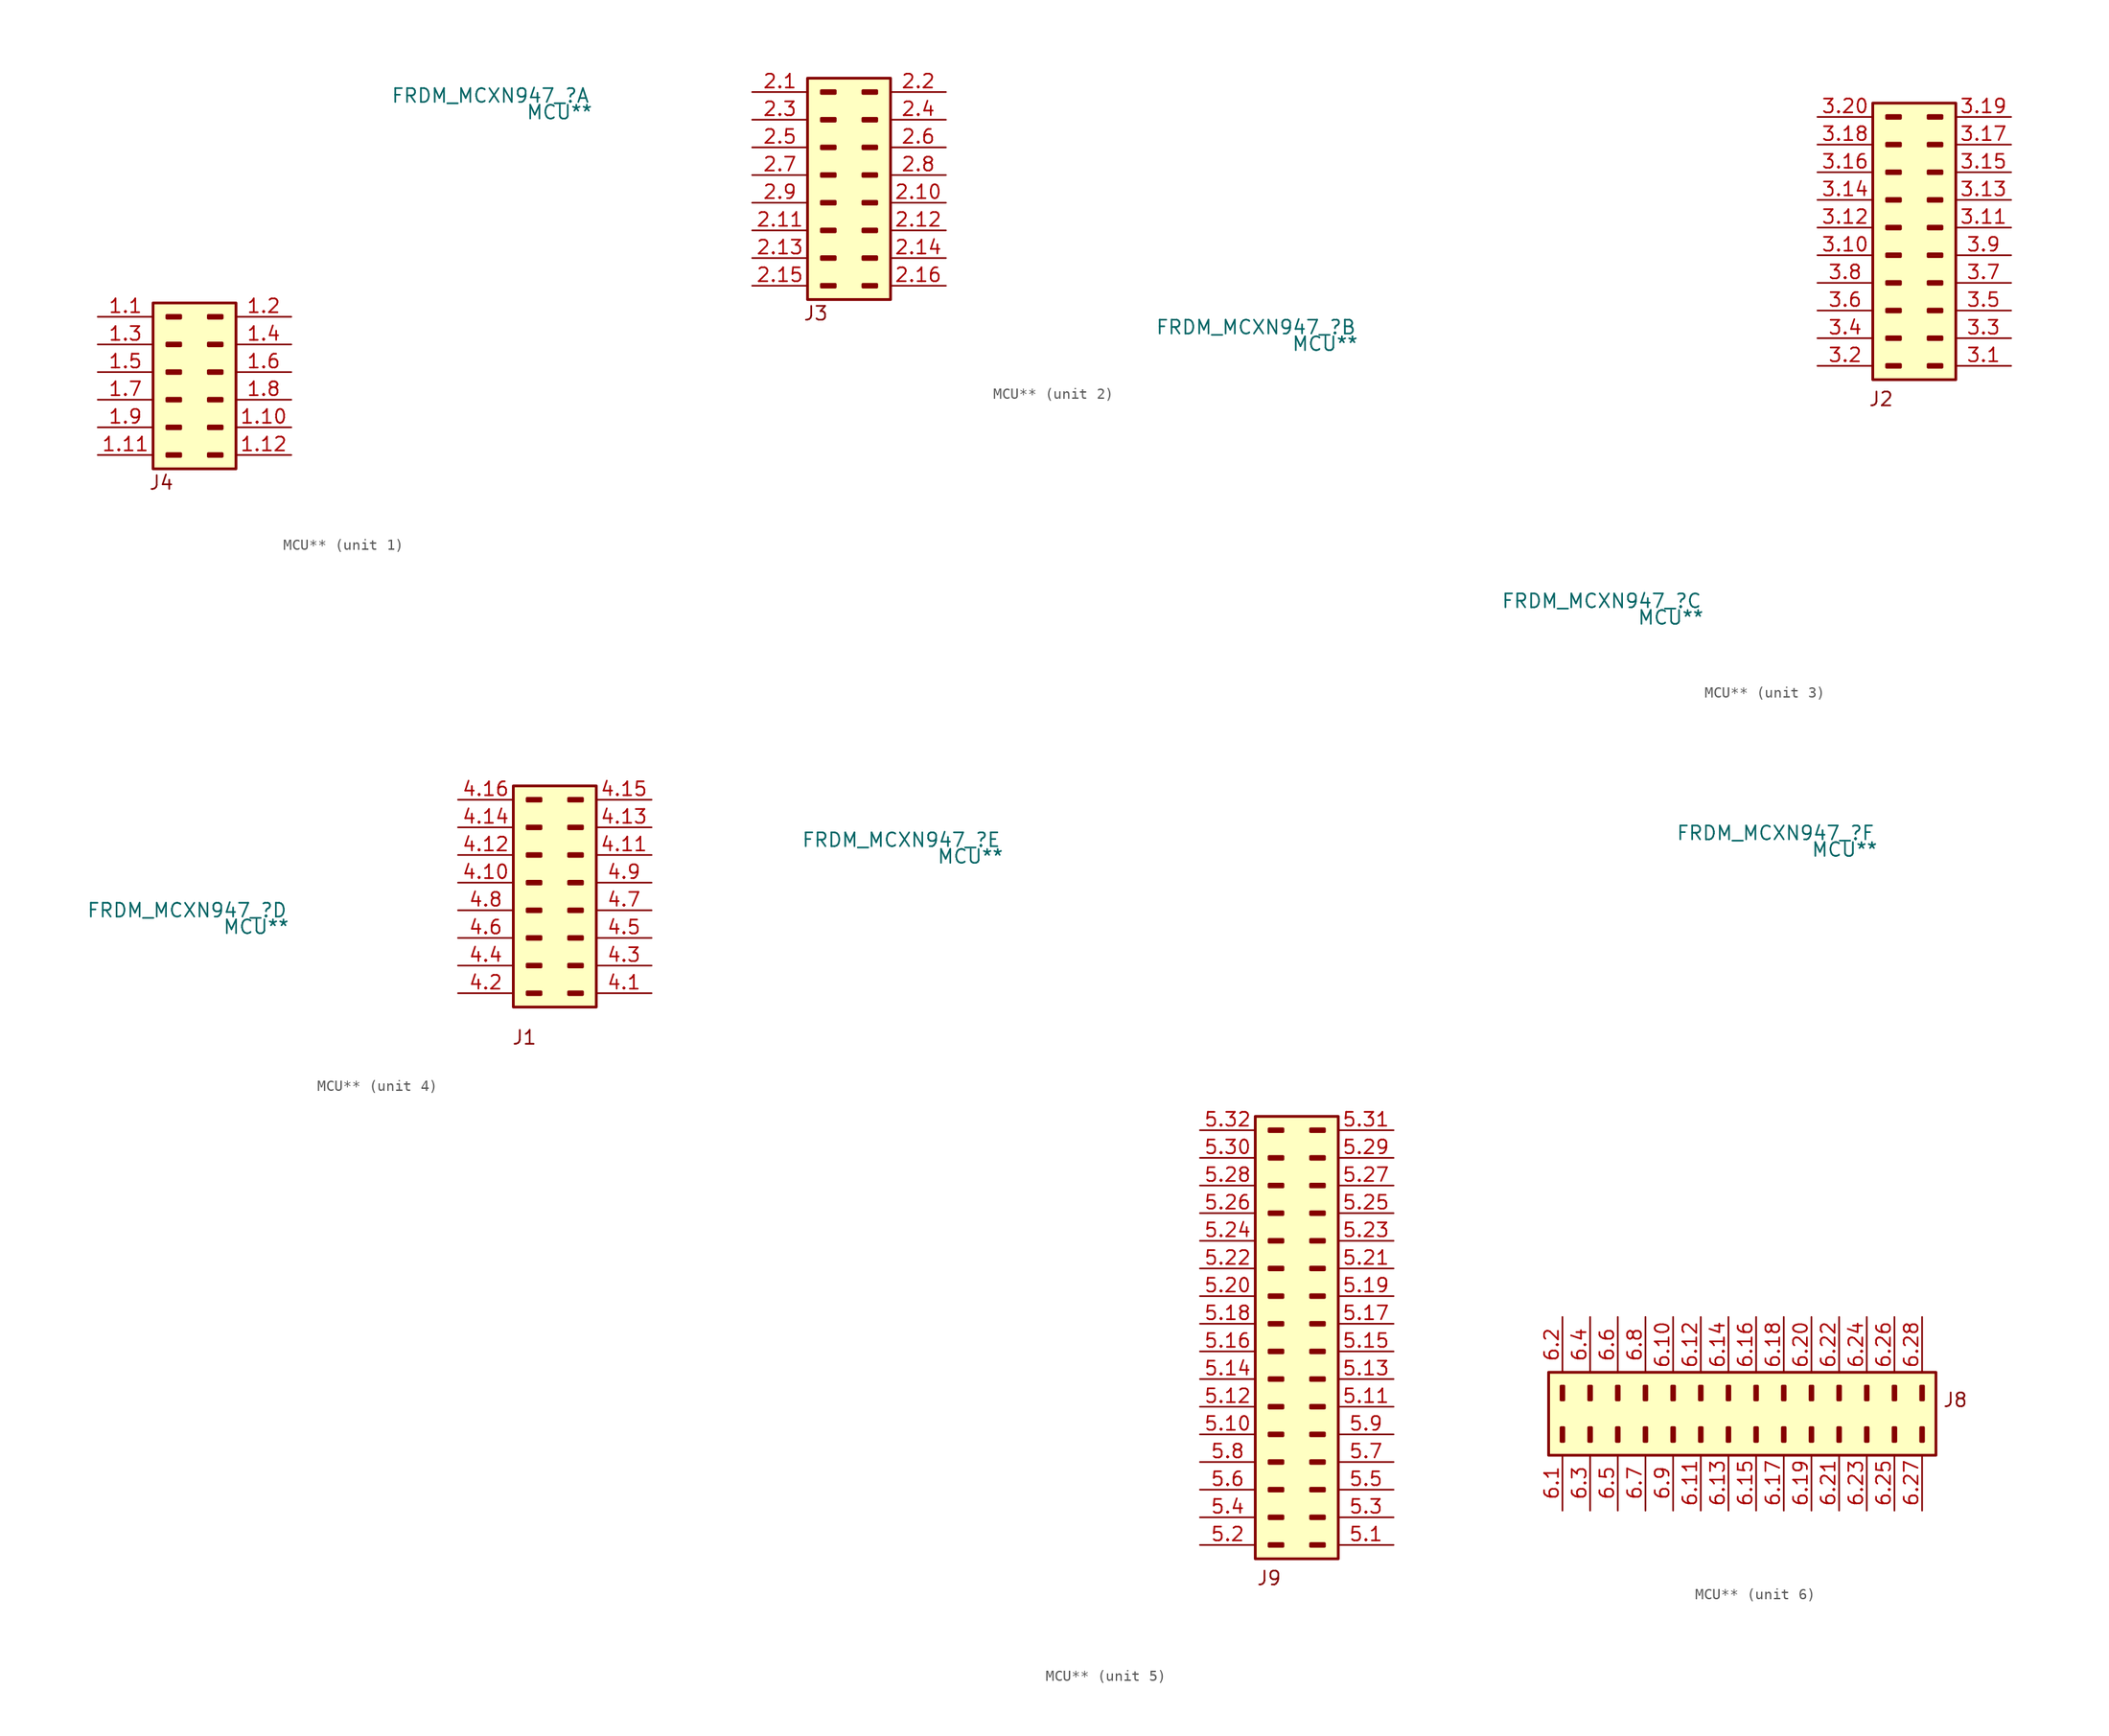
<source format=kicad_sym>
(kicad_symbol_lib
  (version 20241209)
  (generator "kicad_symbol_editor")
  (generator_version "9.0")
  (symbol "MCU**"
    (property "Reference" "FRDM_MCXN947_"
      (at 10.668 36.83 0)
      (effects (font (size 1.27 1.27))))
    (property "Value" "MCU**"
      (at 17.018 35.306 0)
      (effects (font (size 1.27 1.27))))
    (symbol "MCU**_1_0"
      (rectangle (start -20.32 17.78) (end -12.7 2.54) (stroke (width 0.254) (type solid)) (fill (type background)))
      (rectangle (start -19.05 16.637) (end -17.78 16.383) (stroke (width 0.254) (type solid)) (fill (type none)))
      (rectangle (start -19.05 14.097) (end -17.78 13.843) (stroke (width 0.254) (type solid)) (fill (type none)))
      (rectangle (start -19.05 11.557) (end -17.78 11.303) (stroke (width 0.254) (type solid)) (fill (type none)))
      (rectangle (start -19.05 9.017) (end -17.78 8.763) (stroke (width 0.254) (type solid)) (fill (type none)))
      (rectangle (start -19.05 6.477) (end -17.78 6.223) (stroke (width 0.254) (type solid)) (fill (type none)))
      (rectangle (start -19.05 3.937) (end -17.78 3.683) (stroke (width 0.254) (type solid)) (fill (type none)))
      (rectangle (start -15.24 16.637) (end -13.97 16.383) (stroke (width 0.254) (type solid)) (fill (type none)))
      (rectangle (start -15.24 14.097) (end -13.97 13.843) (stroke (width 0.254) (type solid)) (fill (type none)))
      (rectangle (start -15.24 11.557) (end -13.97 11.303) (stroke (width 0.254) (type solid)) (fill (type none)))
      (rectangle (start -15.24 9.017) (end -13.97 8.763) (stroke (width 0.254) (type solid)) (fill (type none)))
      (rectangle (start -15.24 6.477) (end -13.97 6.223) (stroke (width 0.254) (type solid)) (fill (type none)))
      (rectangle (start -15.24 3.937) (end -13.97 3.683) (stroke (width 0.254) (type solid)) (fill (type none)))
      (pin passive line (at -25.4 16.51 0) (length 5.08) (name "Pin_1" (effects (font (size 0 0)))) (number "1.1" (effects (font (size 1.27 1.27)))))
      (pin passive line (at -25.4 13.97 0) (length 5.08) (name "Pin_3" (effects (font (size 0 0)))) (number "1.3" (effects (font (size 1.27 1.27)))))
      (pin passive line (at -25.4 11.43 0) (length 5.08) (name "Pin_5" (effects (font (size 0 0)))) (number "1.5" (effects (font (size 1.27 1.27)))))
      (pin passive line (at -25.4 8.89 0) (length 5.08) (name "Pin_7" (effects (font (size 0 0)))) (number "1.7" (effects (font (size 1.27 1.27)))))
      (pin passive line (at -25.4 6.35 0) (length 5.08) (name "Pin_9" (effects (font (size 0 0)))) (number "1.9" (effects (font (size 1.27 1.27)))))
      (pin passive line (at -25.4 3.81 0) (length 5.08) (name "Pin_11" (effects (font (size 0 0)))) (number "1.11" (effects (font (size 1.27 1.27)))))
      (pin passive line (at -7.62 16.51 180) (length 5.08) (name "Pin_2" (effects (font (size 0 0)))) (number "1.2" (effects (font (size 1.27 1.27)))))
      (pin passive line (at -7.62 13.97 180) (length 5.08) (name "Pin_4" (effects (font (size 0 0)))) (number "1.4" (effects (font (size 1.27 1.27)))))
      (pin passive line (at -7.62 11.43 180) (length 5.08) (name "Pin_6" (effects (font (size 0 0)))) (number "1.6" (effects (font (size 1.27 1.27)))))
      (pin passive line (at -7.62 8.89 180) (length 5.08) (name "Pin_8" (effects (font (size 0 0)))) (number "1.8" (effects (font (size 1.27 1.27)))))
      (pin passive line (at -7.62 6.35 180) (length 5.08) (name "Pin_10" (effects (font (size 0 0)))) (number "1.10" (effects (font (size 1.27 1.27)))))
      (pin passive line (at -7.62 3.81 180) (length 5.08) (name "Pin_12" (effects (font (size 0 0)))) (number "1.12" (effects (font (size 1.27 1.27))))))
    (symbol "MCU**_1_1"
      (text "J4" (at -19.558 1.27 0) (effects (font (size 1.27 1.27)))))
    (symbol "MCU**_2_0"
      (rectangle (start -30.48 59.69) (end -22.86 39.37) (stroke (width 0.254) (type solid)) (fill (type background)))
      (rectangle (start -29.21 58.547) (end -27.94 58.293) (stroke (width 0.254) (type solid)) (fill (type none)))
      (rectangle (start -29.21 56.007) (end -27.94 55.753) (stroke (width 0.254) (type solid)) (fill (type none)))
      (rectangle (start -29.21 53.467) (end -27.94 53.213) (stroke (width 0.254) (type solid)) (fill (type none)))
      (rectangle (start -29.21 50.927) (end -27.94 50.673) (stroke (width 0.254) (type solid)) (fill (type none)))
      (rectangle (start -29.21 48.387) (end -27.94 48.133) (stroke (width 0.254) (type solid)) (fill (type none)))
      (rectangle (start -29.21 45.847) (end -27.94 45.593) (stroke (width 0.254) (type solid)) (fill (type none)))
      (rectangle (start -29.21 43.307) (end -27.94 43.053) (stroke (width 0.254) (type solid)) (fill (type none)))
      (rectangle (start -29.21 40.767) (end -27.94 40.513) (stroke (width 0.254) (type solid)) (fill (type none)))
      (rectangle (start -25.4 58.547) (end -24.13 58.293) (stroke (width 0.254) (type solid)) (fill (type none)))
      (rectangle (start -25.4 56.007) (end -24.13 55.753) (stroke (width 0.254) (type solid)) (fill (type none)))
      (rectangle (start -25.4 53.467) (end -24.13 53.213) (stroke (width 0.254) (type solid)) (fill (type none)))
      (rectangle (start -25.4 50.927) (end -24.13 50.673) (stroke (width 0.254) (type solid)) (fill (type none)))
      (rectangle (start -25.4 48.387) (end -24.13 48.133) (stroke (width 0.254) (type solid)) (fill (type none)))
      (rectangle (start -25.4 45.847) (end -24.13 45.593) (stroke (width 0.254) (type solid)) (fill (type none)))
      (rectangle (start -25.4 43.307) (end -24.13 43.053) (stroke (width 0.254) (type solid)) (fill (type none)))
      (rectangle (start -25.4 40.767) (end -24.13 40.513) (stroke (width 0.254) (type solid)) (fill (type none)))
      (pin passive line (at -35.56 58.42 0) (length 5.08) (name "Pin_J3_1" (effects (font (size 0 0)))) (number "2.1" (effects (font (size 1.27 1.27)))))
      (pin passive line (at -35.56 55.88 0) (length 5.08) (name "Pin_J3_3" (effects (font (size 0 0)))) (number "2.3" (effects (font (size 1.27 1.27)))))
      (pin passive line (at -35.56 53.34 0) (length 5.08) (name "Pin_J3_5" (effects (font (size 0 0)))) (number "2.5" (effects (font (size 1.27 1.27)))))
      (pin passive line (at -35.56 50.8 0) (length 5.08) (name "Pin_J3_7" (effects (font (size 0 0)))) (number "2.7" (effects (font (size 1.27 1.27)))))
      (pin passive line (at -35.56 48.26 0) (length 5.08) (name "Pin_J3_9" (effects (font (size 0 0)))) (number "2.9" (effects (font (size 1.27 1.27)))))
      (pin passive line (at -35.56 45.72 0) (length 5.08) (name "Pin_J3_11" (effects (font (size 0 0)))) (number "2.11" (effects (font (size 1.27 1.27)))))
      (pin passive line (at -35.56 43.18 0) (length 5.08) (name "Pin_J3_13" (effects (font (size 0 0)))) (number "2.13" (effects (font (size 1.27 1.27)))))
      (pin passive line (at -35.56 40.64 0) (length 5.08) (name "Pin_J3_15" (effects (font (size 0 0)))) (number "2.15" (effects (font (size 1.27 1.27)))))
      (pin passive line (at -17.78 58.42 180) (length 5.08) (name "Pin_J3_2" (effects (font (size 0 0)))) (number "2.2" (effects (font (size 1.27 1.27)))))
      (pin passive line (at -17.78 55.88 180) (length 5.08) (name "Pin_J3_4" (effects (font (size 0 0)))) (number "2.4" (effects (font (size 1.27 1.27)))))
      (pin passive line (at -17.78 53.34 180) (length 5.08) (name "Pin_J3_6" (effects (font (size 0 0)))) (number "2.6" (effects (font (size 1.27 1.27)))))
      (pin passive line (at -17.78 50.8 180) (length 5.08) (name "Pin_J3_8" (effects (font (size 0 0)))) (number "2.8" (effects (font (size 1.27 1.27)))))
      (pin passive line (at -17.78 48.26 180) (length 5.08) (name "Pin_J3_10" (effects (font (size 0 0)))) (number "2.10" (effects (font (size 1.27 1.27)))))
      (pin passive line (at -17.78 45.72 180) (length 5.08) (name "Pin_J3_12" (effects (font (size 0 0)))) (number "2.12" (effects (font (size 1.27 1.27)))))
      (pin passive line (at -17.78 43.18 180) (length 5.08) (name "Pin_J3_14" (effects (font (size 0 0)))) (number "2.14" (effects (font (size 1.27 1.27)))))
      (pin passive line (at -17.78 40.64 180) (length 5.08) (name "Pin_J3_16" (effects (font (size 0 0)))) (number "2.16" (effects (font (size 1.27 1.27))))))
    (symbol "MCU**_2_1"
      (text "J3" (at -29.718 38.1 0) (effects (font (size 1.27 1.27)))))
    (symbol "MCU**_3_0"
      (rectangle (start 35.56 82.55) (end 43.18 57.15) (stroke (width 0.254) (type solid)) (fill (type background)))
      (rectangle (start 36.83 81.407) (end 38.1 81.153) (stroke (width 0.254) (type solid)) (fill (type none)))
      (rectangle (start 36.83 78.867) (end 38.1 78.613) (stroke (width 0.254) (type solid)) (fill (type none)))
      (rectangle (start 36.83 76.327) (end 38.1 76.073) (stroke (width 0.254) (type solid)) (fill (type none)))
      (rectangle (start 36.83 73.787) (end 38.1 73.533) (stroke (width 0.254) (type solid)) (fill (type none)))
      (rectangle (start 36.83 71.247) (end 38.1 70.993) (stroke (width 0.254) (type solid)) (fill (type none)))
      (rectangle (start 36.83 68.707) (end 38.1 68.453) (stroke (width 0.254) (type solid)) (fill (type none)))
      (rectangle (start 36.83 66.167) (end 38.1 65.913) (stroke (width 0.254) (type solid)) (fill (type none)))
      (rectangle (start 36.83 63.627) (end 38.1 63.373) (stroke (width 0.254) (type solid)) (fill (type none)))
      (rectangle (start 36.83 61.087) (end 38.1 60.833) (stroke (width 0.254) (type solid)) (fill (type none)))
      (rectangle (start 36.83 58.547) (end 38.1 58.293) (stroke (width 0.254) (type solid)) (fill (type none)))
      (rectangle (start 40.64 81.407) (end 41.91 81.153) (stroke (width 0.254) (type solid)) (fill (type none)))
      (rectangle (start 40.64 78.867) (end 41.91 78.613) (stroke (width 0.254) (type solid)) (fill (type none)))
      (rectangle (start 40.64 76.327) (end 41.91 76.073) (stroke (width 0.254) (type solid)) (fill (type none)))
      (rectangle (start 40.64 73.787) (end 41.91 73.533) (stroke (width 0.254) (type solid)) (fill (type none)))
      (rectangle (start 40.64 71.247) (end 41.91 70.993) (stroke (width 0.254) (type solid)) (fill (type none)))
      (rectangle (start 40.64 68.707) (end 41.91 68.453) (stroke (width 0.254) (type solid)) (fill (type none)))
      (rectangle (start 40.64 66.167) (end 41.91 65.913) (stroke (width 0.254) (type solid)) (fill (type none)))
      (rectangle (start 40.64 63.627) (end 41.91 63.373) (stroke (width 0.254) (type solid)) (fill (type none)))
      (rectangle (start 40.64 61.087) (end 41.91 60.833) (stroke (width 0.254) (type solid)) (fill (type none)))
      (rectangle (start 40.64 58.547) (end 41.91 58.293) (stroke (width 0.254) (type solid)) (fill (type none)))
      (pin passive line (at 30.48 81.28 0) (length 5.08) (name "Pin_J2_20" (effects (font (size 0 0)))) (number "3.20" (effects (font (size 1.27 1.27)))))
      (pin passive line (at 30.48 78.74 0) (length 5.08) (name "Pin_J2_18" (effects (font (size 0 0)))) (number "3.18" (effects (font (size 1.27 1.27)))))
      (pin passive line (at 30.48 76.2 0) (length 5.08) (name "Pin_J2_16" (effects (font (size 0 0)))) (number "3.16" (effects (font (size 1.27 1.27)))))
      (pin power_in line (at 30.48 73.66 0) (length 5.08) (name "GND" (effects (font (size 0 0)))) (number "3.14" (effects (font (size 1.27 1.27)))))
      (pin passive line (at 30.48 71.12 0) (length 5.08) (name "Pin_J2_12" (effects (font (size 0 0)))) (number "3.12" (effects (font (size 1.27 1.27)))))
      (pin passive line (at 30.48 68.58 0) (length 5.08) (name "Pin_J2_10" (effects (font (size 0 0)))) (number "3.10" (effects (font (size 1.27 1.27)))))
      (pin passive line (at 30.48 66.04 0) (length 5.08) (name "Pin_J2_8" (effects (font (size 0 0)))) (number "3.8" (effects (font (size 1.27 1.27)))))
      (pin passive line (at 30.48 63.5 0) (length 5.08) (name "Pin_J2_6" (effects (font (size 0 0)))) (number "3.6" (effects (font (size 1.27 1.27)))))
      (pin passive line (at 30.48 60.96 0) (length 5.08) (name "Pin_J2_4" (effects (font (size 0 0)))) (number "3.4" (effects (font (size 1.27 1.27)))))
      (pin passive line (at 30.48 58.42 0) (length 5.08) (name "Pin_J2_2" (effects (font (size 0 0)))) (number "3.2" (effects (font (size 1.27 1.27)))))
      (pin passive line (at 48.26 81.28 180) (length 5.08) (name "Pin_J2_19" (effects (font (size 0 0)))) (number "3.19" (effects (font (size 1.27 1.27)))))
      (pin passive line (at 48.26 78.74 180) (length 5.08) (name "Pin_J2_17" (effects (font (size 0 0)))) (number "3.17" (effects (font (size 1.27 1.27)))))
      (pin passive line (at 48.26 76.2 180) (length 5.08) (name "Pin_J2_15" (effects (font (size 0 0)))) (number "3.15" (effects (font (size 1.27 1.27)))))
      (pin passive line (at 48.26 73.66 180) (length 5.08) (name "Pin_J2_13" (effects (font (size 0 0)))) (number "3.13" (effects (font (size 1.27 1.27)))))
      (pin passive line (at 48.26 71.12 180) (length 5.08) (name "Pin_J2_11" (effects (font (size 0 0)))) (number "3.11" (effects (font (size 1.27 1.27)))))
      (pin passive line (at 48.26 68.58 180) (length 5.08) (name "Pin_J2_9" (effects (font (size 0 0)))) (number "3.9" (effects (font (size 1.27 1.27)))))
      (pin passive line (at 48.26 66.04 180) (length 5.08) (name "Pin_J2_7" (effects (font (size 0 0)))) (number "3.7" (effects (font (size 1.27 1.27)))))
      (pin passive line (at 48.26 63.5 180) (length 5.08) (name "Pin_J2_5" (effects (font (size 0 0)))) (number "3.5" (effects (font (size 1.27 1.27)))))
      (pin passive line (at 48.26 60.96 180) (length 5.08) (name "Pin_J2_3" (effects (font (size 0 0)))) (number "3.3" (effects (font (size 1.27 1.27)))))
      (pin passive line (at 48.26 58.42 180) (length 5.08) (name "Pin_J2_1" (effects (font (size 0 0)))) (number "3.1" (effects (font (size 1.27 1.27))))))
    (symbol "MCU**_3_1"
      (text "J2" (at 36.322 55.372 0) (effects (font (size 1.27 1.27)))))
    (symbol "MCU**_4_0"
      (rectangle (start 43.18 46.863) (end 41.91 47.117) (stroke (width 0.254) (type solid)) (fill (type none)))
      (rectangle (start 43.18 44.323) (end 41.91 44.577) (stroke (width 0.254) (type solid)) (fill (type none)))
      (rectangle (start 43.18 41.783) (end 41.91 42.037) (stroke (width 0.254) (type solid)) (fill (type none)))
      (rectangle (start 43.18 39.243) (end 41.91 39.497) (stroke (width 0.254) (type solid)) (fill (type none)))
      (rectangle (start 43.18 36.703) (end 41.91 36.957) (stroke (width 0.254) (type solid)) (fill (type none)))
      (rectangle (start 43.18 34.163) (end 41.91 34.417) (stroke (width 0.254) (type solid)) (fill (type none)))
      (rectangle (start 43.18 31.623) (end 41.91 31.877) (stroke (width 0.254) (type solid)) (fill (type none)))
      (rectangle (start 43.18 29.083) (end 41.91 29.337) (stroke (width 0.254) (type solid)) (fill (type none)))
      (rectangle (start 46.99 46.863) (end 45.72 47.117) (stroke (width 0.254) (type solid)) (fill (type none)))
      (rectangle (start 46.99 44.323) (end 45.72 44.577) (stroke (width 0.254) (type solid)) (fill (type none)))
      (rectangle (start 46.99 41.783) (end 45.72 42.037) (stroke (width 0.254) (type solid)) (fill (type none)))
      (rectangle (start 46.99 39.243) (end 45.72 39.497) (stroke (width 0.254) (type solid)) (fill (type none)))
      (rectangle (start 46.99 36.703) (end 45.72 36.957) (stroke (width 0.254) (type solid)) (fill (type none)))
      (rectangle (start 46.99 34.163) (end 45.72 34.417) (stroke (width 0.254) (type solid)) (fill (type none)))
      (rectangle (start 46.99 31.623) (end 45.72 31.877) (stroke (width 0.254) (type solid)) (fill (type none)))
      (rectangle (start 46.99 29.083) (end 45.72 29.337) (stroke (width 0.254) (type solid)) (fill (type none)))
      (rectangle (start 48.26 27.94) (end 40.64 48.26) (stroke (width 0.254) (type solid)) (fill (type background)))
      (pin passive line (at 35.56 46.99 0) (length 5.08) (name "Pin_J1_16" (effects (font (size 0 0)))) (number "4.16" (effects (font (size 1.27 1.27)))))
      (pin passive line (at 35.56 44.45 0) (length 5.08) (name "Pin_J1_14" (effects (font (size 0 0)))) (number "4.14" (effects (font (size 1.27 1.27)))))
      (pin passive line (at 35.56 41.91 0) (length 5.08) (name "Pin_J1_12" (effects (font (size 0 0)))) (number "4.12" (effects (font (size 1.27 1.27)))))
      (pin passive line (at 35.56 39.37 0) (length 5.08) (name "Pin_J1_10" (effects (font (size 0 0)))) (number "4.10" (effects (font (size 1.27 1.27)))))
      (pin passive line (at 35.56 36.83 0) (length 5.08) (name "Pin_J1_8" (effects (font (size 0 0)))) (number "4.8" (effects (font (size 1.27 1.27)))))
      (pin passive line (at 35.56 34.29 0) (length 5.08) (name "Pin_J1_6" (effects (font (size 0 0)))) (number "4.6" (effects (font (size 1.27 1.27)))))
      (pin passive line (at 35.56 31.75 0) (length 5.08) (name "Pin_J1_4" (effects (font (size 0 0)))) (number "4.4" (effects (font (size 1.27 1.27)))))
      (pin passive line (at 35.56 29.21 0) (length 5.08) (name "Pin_J1_2" (effects (font (size 0 0)))) (number "4.2" (effects (font (size 1.27 1.27)))))
      (pin passive line (at 53.34 46.99 180) (length 5.08) (name "Pin_J1_15" (effects (font (size 0 0)))) (number "4.15" (effects (font (size 1.27 1.27)))))
      (pin passive line (at 53.34 44.45 180) (length 5.08) (name "Pin_J1_13" (effects (font (size 0 0)))) (number "4.13" (effects (font (size 1.27 1.27)))))
      (pin passive line (at 53.34 41.91 180) (length 5.08) (name "Pin_J1_11" (effects (font (size 0 0)))) (number "4.11" (effects (font (size 1.27 1.27)))))
      (pin passive line (at 53.34 39.37 180) (length 5.08) (name "Pin_J1_9" (effects (font (size 0 0)))) (number "4.9" (effects (font (size 1.27 1.27)))))
      (pin passive line (at 53.34 36.83 180) (length 5.08) (name "Pin_J1_7" (effects (font (size 0 0)))) (number "4.7" (effects (font (size 1.27 1.27)))))
      (pin passive line (at 53.34 34.29 180) (length 5.08) (name "Pin_J1_5" (effects (font (size 0 0)))) (number "4.5" (effects (font (size 1.27 1.27)))))
      (pin passive line (at 53.34 31.75 180) (length 5.08) (name "Pin_J1_3" (effects (font (size 0 0)))) (number "4.3" (effects (font (size 1.27 1.27)))))
      (pin passive line (at 53.34 29.21 180) (length 5.08) (name "Pin_J1_1" (effects (font (size 0 0)))) (number "4.1" (effects (font (size 1.27 1.27))))))
    (symbol "MCU**_4_1"
      (text "J1" (at 41.656 25.146 0) (effects (font (size 1.27 1.27)))))
    (symbol "MCU**_5_0"
      (rectangle (start 45.72 10.033) (end 44.45 10.287) (stroke (width 0.254) (type solid)) (fill (type none)))
      (rectangle (start 45.72 7.493) (end 44.45 7.747) (stroke (width 0.254) (type solid)) (fill (type none)))
      (rectangle (start 45.72 4.953) (end 44.45 5.207) (stroke (width 0.254) (type solid)) (fill (type none)))
      (rectangle (start 45.72 2.413) (end 44.45 2.667) (stroke (width 0.254) (type solid)) (fill (type none)))
      (rectangle (start 45.72 -0.127) (end 44.45 0.127) (stroke (width 0.254) (type solid)) (fill (type none)))
      (rectangle (start 45.72 -2.667) (end 44.45 -2.413) (stroke (width 0.254) (type solid)) (fill (type none)))
      (rectangle (start 45.72 -5.207) (end 44.45 -4.953) (stroke (width 0.254) (type solid)) (fill (type none)))
      (rectangle (start 45.72 -7.747) (end 44.45 -7.493) (stroke (width 0.254) (type solid)) (fill (type none)))
      (rectangle (start 45.72 -10.287) (end 44.45 -10.033) (stroke (width 0.254) (type solid)) (fill (type none)))
      (rectangle (start 45.72 -12.827) (end 44.45 -12.573) (stroke (width 0.254) (type solid)) (fill (type none)))
      (rectangle (start 45.72 -15.367) (end 44.45 -15.113) (stroke (width 0.254) (type solid)) (fill (type none)))
      (rectangle (start 45.72 -17.907) (end 44.45 -17.653) (stroke (width 0.254) (type solid)) (fill (type none)))
      (rectangle (start 45.72 -20.447) (end 44.45 -20.193) (stroke (width 0.254) (type solid)) (fill (type none)))
      (rectangle (start 45.72 -22.987) (end 44.45 -22.733) (stroke (width 0.254) (type solid)) (fill (type none)))
      (rectangle (start 45.72 -25.527) (end 44.45 -25.273) (stroke (width 0.254) (type solid)) (fill (type none)))
      (rectangle (start 45.72 -28.067) (end 44.45 -27.813) (stroke (width 0.254) (type solid)) (fill (type none)))
      (rectangle (start 49.53 10.033) (end 48.26 10.287) (stroke (width 0.254) (type solid)) (fill (type none)))
      (rectangle (start 49.53 7.493) (end 48.26 7.747) (stroke (width 0.254) (type solid)) (fill (type none)))
      (rectangle (start 49.53 4.953) (end 48.26 5.207) (stroke (width 0.254) (type solid)) (fill (type none)))
      (rectangle (start 49.53 2.413) (end 48.26 2.667) (stroke (width 0.254) (type solid)) (fill (type none)))
      (rectangle (start 49.53 -0.127) (end 48.26 0.127) (stroke (width 0.254) (type solid)) (fill (type none)))
      (rectangle (start 49.53 -2.667) (end 48.26 -2.413) (stroke (width 0.254) (type solid)) (fill (type none)))
      (rectangle (start 49.53 -5.207) (end 48.26 -4.953) (stroke (width 0.254) (type solid)) (fill (type none)))
      (rectangle (start 49.53 -7.747) (end 48.26 -7.493) (stroke (width 0.254) (type solid)) (fill (type none)))
      (rectangle (start 49.53 -10.287) (end 48.26 -10.033) (stroke (width 0.254) (type solid)) (fill (type none)))
      (rectangle (start 49.53 -12.827) (end 48.26 -12.573) (stroke (width 0.254) (type solid)) (fill (type none)))
      (rectangle (start 49.53 -15.367) (end 48.26 -15.113) (stroke (width 0.254) (type solid)) (fill (type none)))
      (rectangle (start 49.53 -17.907) (end 48.26 -17.653) (stroke (width 0.254) (type solid)) (fill (type none)))
      (rectangle (start 49.53 -20.447) (end 48.26 -20.193) (stroke (width 0.254) (type solid)) (fill (type none)))
      (rectangle (start 49.53 -22.987) (end 48.26 -22.733) (stroke (width 0.254) (type solid)) (fill (type none)))
      (rectangle (start 49.53 -25.527) (end 48.26 -25.273) (stroke (width 0.254) (type solid)) (fill (type none)))
      (rectangle (start 49.53 -28.067) (end 48.26 -27.813) (stroke (width 0.254) (type solid)) (fill (type none)))
      (rectangle (start 50.8 -29.21) (end 43.18 11.43) (stroke (width 0.254) (type solid)) (fill (type background)))
      (pin passive line (at 38.1 10.16 0) (length 5.08) (name "Pin_J9_32" (effects (font (size 0 0)))) (number "5.32" (effects (font (size 1.27 1.27)))))
      (pin passive line (at 38.1 7.62 0) (length 5.08) (name "Pin_J9_30" (effects (font (size 0 0)))) (number "5.30" (effects (font (size 1.27 1.27)))))
      (pin passive line (at 38.1 5.08 0) (length 5.08) (name "Pin_J9_28" (effects (font (size 0 0)))) (number "5.28" (effects (font (size 1.27 1.27)))))
      (pin passive line (at 38.1 2.54 0) (length 5.08) (name "Pin_J9_26" (effects (font (size 0 0)))) (number "5.26" (effects (font (size 1.27 1.27)))))
      (pin passive line (at 38.1 0 0) (length 5.08) (name "Pin_J9_24" (effects (font (size 0 0)))) (number "5.24" (effects (font (size 1.27 1.27)))))
      (pin passive line (at 38.1 -2.54 0) (length 5.08) (name "Pin_J9_22" (effects (font (size 0 0)))) (number "5.22" (effects (font (size 1.27 1.27)))))
      (pin passive line (at 38.1 -5.08 0) (length 5.08) (name "Pin_J9_20" (effects (font (size 0 0)))) (number "5.20" (effects (font (size 1.27 1.27)))))
      (pin passive line (at 38.1 -7.62 0) (length 5.08) (name "Pin_J9_18" (effects (font (size 0 0)))) (number "5.18" (effects (font (size 1.27 1.27)))))
      (pin passive line (at 38.1 -10.16 0) (length 5.08) (name "Pin_J9_16" (effects (font (size 0 0)))) (number "5.16" (effects (font (size 1.27 1.27)))))
      (pin passive line (at 38.1 -12.7 0) (length 5.08) (name "Pin_J9_14" (effects (font (size 0 0)))) (number "5.14" (effects (font (size 1.27 1.27)))))
      (pin passive line (at 38.1 -15.24 0) (length 5.08) (name "Pin_J9_12" (effects (font (size 0 0)))) (number "5.12" (effects (font (size 1.27 1.27)))))
      (pin passive line (at 38.1 -17.78 0) (length 5.08) (name "Pin_J9_10" (effects (font (size 0 0)))) (number "5.10" (effects (font (size 1.27 1.27)))))
      (pin passive line (at 38.1 -20.32 0) (length 5.08) (name "Pin_J9_8" (effects (font (size 0 0)))) (number "5.8" (effects (font (size 1.27 1.27)))))
      (pin passive line (at 38.1 -22.86 0) (length 5.08) (name "Pin_J9_6" (effects (font (size 0 0)))) (number "5.6" (effects (font (size 1.27 1.27)))))
      (pin passive line (at 38.1 -25.4 0) (length 5.08) (name "Pin_J9_4" (effects (font (size 0 0)))) (number "5.4" (effects (font (size 1.27 1.27)))))
      (pin passive line (at 38.1 -27.94 0) (length 5.08) (name "Pin_J9_2" (effects (font (size 0 0)))) (number "5.2" (effects (font (size 1.27 1.27)))))
      (pin passive line (at 55.88 10.16 180) (length 5.08) (name "Pin_J9_31" (effects (font (size 0 0)))) (number "5.31" (effects (font (size 1.27 1.27)))))
      (pin passive line (at 55.88 7.62 180) (length 5.08) (name "Pin_J9_29" (effects (font (size 0 0)))) (number "5.29" (effects (font (size 1.27 1.27)))))
      (pin passive line (at 55.88 5.08 180) (length 5.08) (name "Pin_J9_27" (effects (font (size 0 0)))) (number "5.27" (effects (font (size 1.27 1.27)))))
      (pin passive line (at 55.88 2.54 180) (length 5.08) (name "Pin_J9_25" (effects (font (size 0 0)))) (number "5.25" (effects (font (size 1.27 1.27)))))
      (pin passive line (at 55.88 0 180) (length 5.08) (name "Pin_J9_23" (effects (font (size 0 0)))) (number "5.23" (effects (font (size 1.27 1.27)))))
      (pin passive line (at 55.88 -2.54 180) (length 5.08) (name "Pin_J9_21" (effects (font (size 0 0)))) (number "5.21" (effects (font (size 1.27 1.27)))))
      (pin passive line (at 55.88 -5.08 180) (length 5.08) (name "Pin_J9_19" (effects (font (size 0 0)))) (number "5.19" (effects (font (size 1.27 1.27)))))
      (pin passive line (at 55.88 -7.62 180) (length 5.08) (name "Pin_J9_17" (effects (font (size 0 0)))) (number "5.17" (effects (font (size 1.27 1.27)))))
      (pin passive line (at 55.88 -10.16 180) (length 5.08) (name "Pin_J9_15" (effects (font (size 0 0)))) (number "5.15" (effects (font (size 1.27 1.27)))))
      (pin passive line (at 55.88 -12.7 180) (length 5.08) (name "Pin_J9_13" (effects (font (size 0 0)))) (number "5.13" (effects (font (size 1.27 1.27)))))
      (pin passive line (at 55.88 -15.24 180) (length 5.08) (name "Pin_J9_11" (effects (font (size 0 0)))) (number "5.11" (effects (font (size 1.27 1.27)))))
      (pin passive line (at 55.88 -17.78 180) (length 5.08) (name "Pin_J9_9" (effects (font (size 0 0)))) (number "5.9" (effects (font (size 1.27 1.27)))))
      (pin passive line (at 55.88 -20.32 180) (length 5.08) (name "Pin_J9_7" (effects (font (size 0 0)))) (number "5.7" (effects (font (size 1.27 1.27)))))
      (pin passive line (at 55.88 -22.86 180) (length 5.08) (name "Pin_J9_5" (effects (font (size 0 0)))) (number "5.5" (effects (font (size 1.27 1.27)))))
      (pin passive line (at 55.88 -25.4 180) (length 5.08) (name "Pin_J9_3" (effects (font (size 0 0)))) (number "5.3" (effects (font (size 1.27 1.27)))))
      (pin passive line (at 55.88 -27.94 180) (length 5.08) (name "Pin_J9_1" (effects (font (size 0 0)))) (number "5.1" (effects (font (size 1.27 1.27))))))
    (symbol "MCU**_5_1"
      (text "J9" (at 44.45 -30.988 0) (effects (font (size 1.27 1.27)))))
    (symbol "MCU**_6_0"
      (rectangle (start -10.16 -20.32) (end 25.4 -12.7) (stroke (width 0.254) (type solid)) (fill (type background)))
      (rectangle (start -9.017 -15.24) (end -8.763 -13.97) (stroke (width 0.254) (type solid)) (fill (type none)))
      (rectangle (start -9.017 -19.05) (end -8.763 -17.78) (stroke (width 0.254) (type solid)) (fill (type none)))
      (rectangle (start -6.477 -15.24) (end -6.223 -13.97) (stroke (width 0.254) (type solid)) (fill (type none)))
      (rectangle (start -6.477 -19.05) (end -6.223 -17.78) (stroke (width 0.254) (type solid)) (fill (type none)))
      (rectangle (start -3.937 -15.24) (end -3.683 -13.97) (stroke (width 0.254) (type solid)) (fill (type none)))
      (rectangle (start -3.937 -19.05) (end -3.683 -17.78) (stroke (width 0.254) (type solid)) (fill (type none)))
      (rectangle (start -1.397 -15.24) (end -1.143 -13.97) (stroke (width 0.254) (type solid)) (fill (type none)))
      (rectangle (start -1.397 -19.05) (end -1.143 -17.78) (stroke (width 0.254) (type solid)) (fill (type none)))
      (rectangle (start 1.143 -15.24) (end 1.397 -13.97) (stroke (width 0.254) (type solid)) (fill (type none)))
      (rectangle (start 1.143 -19.05) (end 1.397 -17.78) (stroke (width 0.254) (type solid)) (fill (type none)))
      (rectangle (start 3.683 -15.24) (end 3.937 -13.97) (stroke (width 0.254) (type solid)) (fill (type none)))
      (rectangle (start 3.683 -19.05) (end 3.937 -17.78) (stroke (width 0.254) (type solid)) (fill (type none)))
      (rectangle (start 6.223 -15.24) (end 6.477 -13.97) (stroke (width 0.254) (type solid)) (fill (type none)))
      (rectangle (start 6.223 -19.05) (end 6.477 -17.78) (stroke (width 0.254) (type solid)) (fill (type none)))
      (rectangle (start 8.763 -15.24) (end 9.017 -13.97) (stroke (width 0.254) (type solid)) (fill (type none)))
      (rectangle (start 8.763 -19.05) (end 9.017 -17.78) (stroke (width 0.254) (type solid)) (fill (type none)))
      (rectangle (start 11.303 -15.24) (end 11.557 -13.97) (stroke (width 0.254) (type solid)) (fill (type none)))
      (rectangle (start 11.303 -19.05) (end 11.557 -17.78) (stroke (width 0.254) (type solid)) (fill (type none)))
      (rectangle (start 13.843 -15.24) (end 14.097 -13.97) (stroke (width 0.254) (type solid)) (fill (type none)))
      (rectangle (start 13.843 -19.05) (end 14.097 -17.78) (stroke (width 0.254) (type solid)) (fill (type none)))
      (rectangle (start 16.383 -15.24) (end 16.637 -13.97) (stroke (width 0.254) (type solid)) (fill (type none)))
      (rectangle (start 16.383 -19.05) (end 16.637 -17.78) (stroke (width 0.254) (type solid)) (fill (type none)))
      (rectangle (start 18.923 -15.24) (end 19.177 -13.97) (stroke (width 0.254) (type solid)) (fill (type none)))
      (rectangle (start 18.923 -19.05) (end 19.177 -17.78) (stroke (width 0.254) (type solid)) (fill (type none)))
      (rectangle (start 21.463 -15.24) (end 21.717 -13.97) (stroke (width 0.254) (type solid)) (fill (type none)))
      (rectangle (start 21.463 -19.05) (end 21.717 -17.78) (stroke (width 0.254) (type solid)) (fill (type none)))
      (rectangle (start 24.003 -15.24) (end 24.257 -13.97) (stroke (width 0.254) (type solid)) (fill (type none)))
      (rectangle (start 24.003 -19.05) (end 24.257 -17.78) (stroke (width 0.254) (type solid)) (fill (type none)))
      (pin passive line (at -8.89 -7.62 270) (length 5.08) (name "Pin_J8_2" (effects (font (size 0 0)))) (number "6.2" (effects (font (size 1.27 1.27)))))
      (pin passive line (at -8.89 -25.4 90) (length 5.08) (name "Pin_J8_1" (effects (font (size 0 0)))) (number "6.1" (effects (font (size 1.27 1.27)))))
      (pin passive line (at -6.35 -7.62 270) (length 5.08) (name "Pin_J8_4" (effects (font (size 0 0)))) (number "6.4" (effects (font (size 1.27 1.27)))))
      (pin passive line (at -6.35 -25.4 90) (length 5.08) (name "Pin_J8_3" (effects (font (size 0 0)))) (number "6.3" (effects (font (size 1.27 1.27)))))
      (pin passive line (at -3.81 -7.62 270) (length 5.08) (name "Pin_J8_6" (effects (font (size 0 0)))) (number "6.6" (effects (font (size 1.27 1.27)))))
      (pin passive line (at -3.81 -25.4 90) (length 5.08) (name "Pin_J8_5" (effects (font (size 0 0)))) (number "6.5" (effects (font (size 1.27 1.27)))))
      (pin passive line (at -1.27 -7.62 270) (length 5.08) (name "Pin_J8_8" (effects (font (size 0 0)))) (number "6.8" (effects (font (size 1.27 1.27)))))
      (pin passive line (at -1.27 -25.4 90) (length 5.08) (name "Pin_J8_7" (effects (font (size 0 0)))) (number "6.7" (effects (font (size 1.27 1.27)))))
      (pin passive line (at 1.27 -7.62 270) (length 5.08) (name "Pin_J8_10" (effects (font (size 0 0)))) (number "6.10" (effects (font (size 1.27 1.27)))))
      (pin passive line (at 1.27 -25.4 90) (length 5.08) (name "Pin_J8_9" (effects (font (size 0 0)))) (number "6.9" (effects (font (size 1.27 1.27)))))
      (pin passive line (at 3.81 -7.62 270) (length 5.08) (name "Pin_J8_12" (effects (font (size 0 0)))) (number "6.12" (effects (font (size 1.27 1.27)))))
      (pin passive line (at 3.81 -25.4 90) (length 5.08) (name "Pin_J8_11" (effects (font (size 0 0)))) (number "6.11" (effects (font (size 1.27 1.27)))))
      (pin passive line (at 6.35 -7.62 270) (length 5.08) (name "Pin_J8_14" (effects (font (size 0 0)))) (number "6.14" (effects (font (size 1.27 1.27)))))
      (pin passive line (at 6.35 -25.4 90) (length 5.08) (name "Pin_J8_13" (effects (font (size 0 0)))) (number "6.13" (effects (font (size 1.27 1.27)))))
      (pin passive line (at 8.89 -7.62 270) (length 5.08) (name "Pin_J8_16" (effects (font (size 0 0)))) (number "6.16" (effects (font (size 1.27 1.27)))))
      (pin passive line (at 8.89 -25.4 90) (length 5.08) (name "Pin_J8_15" (effects (font (size 0 0)))) (number "6.15" (effects (font (size 1.27 1.27)))))
      (pin passive line (at 11.43 -7.62 270) (length 5.08) (name "Pin_J8_18" (effects (font (size 0 0)))) (number "6.18" (effects (font (size 1.27 1.27)))))
      (pin passive line (at 11.43 -25.4 90) (length 5.08) (name "Pin_J8_17" (effects (font (size 0 0)))) (number "6.17" (effects (font (size 1.27 1.27)))))
      (pin passive line (at 13.97 -7.62 270) (length 5.08) (name "Pin_J8_20" (effects (font (size 0 0)))) (number "6.20" (effects (font (size 1.27 1.27)))))
      (pin passive line (at 13.97 -25.4 90) (length 5.08) (name "Pin_J8_19" (effects (font (size 0 0)))) (number "6.19" (effects (font (size 1.27 1.27)))))
      (pin passive line (at 16.51 -7.62 270) (length 5.08) (name "Pin_J8_22" (effects (font (size 0 0)))) (number "6.22" (effects (font (size 1.27 1.27)))))
      (pin passive line (at 16.51 -25.4 90) (length 5.08) (name "Pin_J8_21" (effects (font (size 0 0)))) (number "6.21" (effects (font (size 1.27 1.27)))))
      (pin passive line (at 19.05 -7.62 270) (length 5.08) (name "Pin_J8_24" (effects (font (size 0 0)))) (number "6.24" (effects (font (size 1.27 1.27)))))
      (pin passive line (at 19.05 -25.4 90) (length 5.08) (name "Pin_J8_23" (effects (font (size 0 0)))) (number "6.23" (effects (font (size 1.27 1.27)))))
      (pin passive line (at 21.59 -7.62 270) (length 5.08) (name "Pin_J8_26" (effects (font (size 0 0)))) (number "6.26" (effects (font (size 1.27 1.27)))))
      (pin passive line (at 21.59 -25.4 90) (length 5.08) (name "Pin_J8_25" (effects (font (size 0 0)))) (number "6.25" (effects (font (size 1.27 1.27)))))
      (pin passive line (at 24.13 -7.62 270) (length 5.08) (name "Pin_J8_28" (effects (font (size 0 0)))) (number "6.28" (effects (font (size 1.27 1.27)))))
      (pin passive line (at 24.13 -25.4 90) (length 5.08) (name "Pin_J8_27" (effects (font (size 0 0)))) (number "6.27" (effects (font (size 1.27 1.27))))))
    (symbol "MCU**_6_1"
      (text "J8" (at 27.178 -15.24 0) (effects (font (size 1.27 1.27)))))))
</source>
